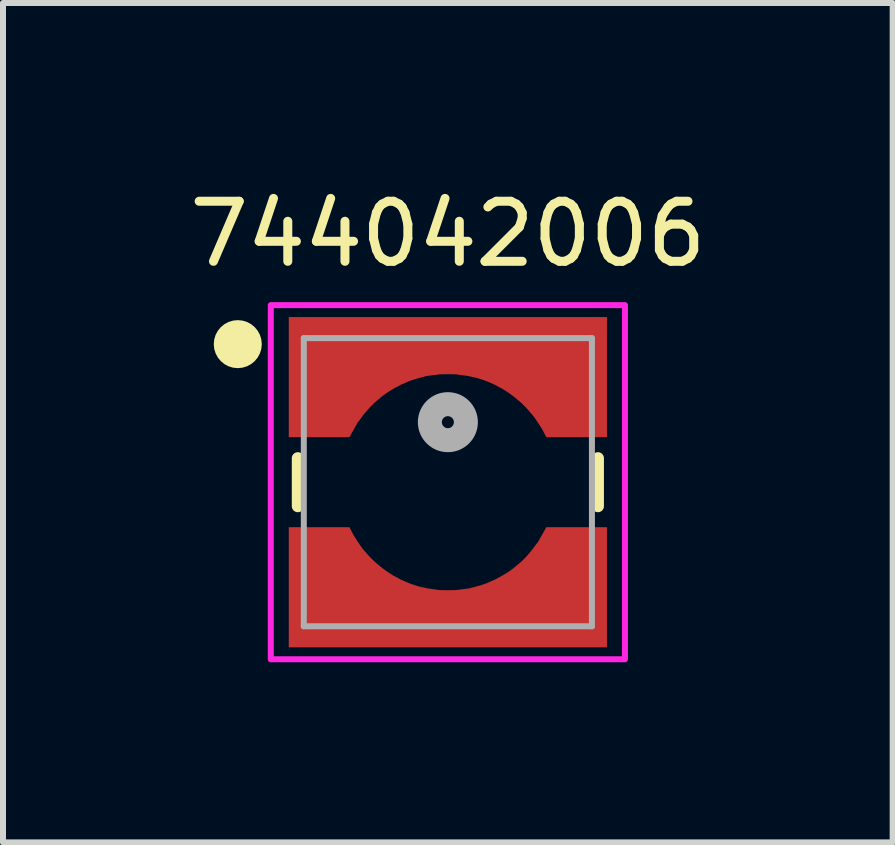
<source format=kicad_pcb>
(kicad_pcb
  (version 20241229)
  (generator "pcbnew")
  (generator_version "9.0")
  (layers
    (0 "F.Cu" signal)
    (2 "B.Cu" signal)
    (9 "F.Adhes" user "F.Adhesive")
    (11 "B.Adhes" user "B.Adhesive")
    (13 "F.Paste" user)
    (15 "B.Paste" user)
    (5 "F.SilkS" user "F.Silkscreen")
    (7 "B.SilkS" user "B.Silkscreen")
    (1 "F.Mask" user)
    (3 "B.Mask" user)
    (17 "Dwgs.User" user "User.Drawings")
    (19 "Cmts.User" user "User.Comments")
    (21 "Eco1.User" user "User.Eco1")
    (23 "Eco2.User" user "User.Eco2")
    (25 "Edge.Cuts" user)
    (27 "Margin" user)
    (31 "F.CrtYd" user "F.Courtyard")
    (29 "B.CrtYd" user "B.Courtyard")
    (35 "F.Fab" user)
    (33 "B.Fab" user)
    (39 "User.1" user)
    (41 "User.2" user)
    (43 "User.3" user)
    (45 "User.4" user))
  (footprint "744042006"
    (layer "F.Cu")
    (at 4.411 4.983)
    (property "Reference" "744042006" (at 0 -4.135 0) (layer "F.SilkS") (effects (font (size 1 1) (thickness 0.15))))
    (attr smd)
    (fp_poly (pts (xy -2.75 2.85) (xy -2.75 0.65) (xy -1.57 0.65) (xy -1.535 0.733) (xy -1.48 0.837) (xy -1.406 0.957) (xy -1.26 1.142) (xy -1.147 1.255) (xy -1.037 1.35) (xy -0.939 1.423) (xy -0.837 1.486) (xy -0.684 1.561) (xy -0.472 1.636) (xy -0.264 1.681) (xy -0.069 1.7) (xy 0.08 1.699) (xy 0.245 1.681) (xy 0.445 1.645) (xy 0.576 1.597) (xy 0.799 1.503) (xy 0.938 1.415) (xy 1.03 1.352) (xy 1.154 1.251) (xy 1.272 1.126) (xy 1.391 0.981) (xy 1.511 0.791) (xy 1.554 0.693) (xy 1.571 0.65) (xy 2.75 0.65) (xy 2.75 2.85)) (stroke (width 0.001) (type solid)) (fill yes) (layer "F.Mask"))
    (fp_poly (pts (xy 2.75 -2.85) (xy 2.75 -0.65) (xy 1.57 -0.65) (xy 1.535 -0.733) (xy 1.48 -0.837) (xy 1.406 -0.957) (xy 1.26 -1.142) (xy 1.147 -1.255) (xy 1.037 -1.35) (xy 0.939 -1.423) (xy 0.837 -1.486) (xy 0.684 -1.561) (xy 0.472 -1.636) (xy 0.264 -1.681) (xy 0.069 -1.7) (xy -0.08 -1.699) (xy -0.245 -1.681) (xy -0.445 -1.645) (xy -0.576 -1.597) (xy -0.799 -1.503) (xy -0.938 -1.415) (xy -1.03 -1.352) (xy -1.154 -1.251) (xy -1.272 -1.126) (xy -1.391 -0.981) (xy -1.511 -0.791) (xy -1.554 -0.693) (xy -1.571 -0.65) (xy -2.75 -0.65) (xy -2.75 -2.85)) (stroke (width 0.001) (type solid)) (fill yes) (layer "F.Mask"))
    (fp_line (start -2.5 -0.4) (end -2.5 0.4) (stroke (width 0.2) (type solid)) (layer "F.SilkS"))
    (fp_line (start 2.5 -0.4) (end 2.5 0.4) (stroke (width 0.2) (type solid)) (layer "F.SilkS"))
    (fp_circle (center -3.5 -2.3) (end -3.3 -2.3) (stroke (width 0.4) (type solid)) (fill no) (layer "F.SilkS"))
    (fp_poly (pts (xy -2.65 -0.75) (xy -1.64 -0.75) (xy -1.503 -0.995) (xy -1.463 -1.045) (xy -1.413 -1.115) (xy -1.363 -1.175) (xy -1.293 -1.255) (xy -1.233 -1.315) (xy -1.163 -1.375) (xy -1.103 -1.425) (xy -1.023 -1.485) (xy -0.942 -1.536) (xy -0.872 -1.576) (xy -0.79 -1.62) (xy -0.643 -1.685) (xy -0.536 -1.721) (xy -0.426 -1.751) (xy -0.423 -1.752) (xy -0.419 -1.753) (xy -0.415 -1.754) (xy -0.412 -1.755) (xy -0.408 -1.756) (xy -0.404 -1.757) (xy -0.4 -1.758) (xy -0.397 -1.759) (xy -0.393 -1.76) (xy -0.389 -1.761) (xy -0.385 -1.762) (xy -0.382 -1.763) (xy -0.378 -1.764) (xy -0.374 -1.765) (xy -0.37 -1.765) (xy -0.366 -1.766) (xy -0.362 -1.767) (xy -0.359 -1.768) (xy -0.355 -1.768) (xy -0.351 -1.769) (xy -0.347 -1.77) (xy -0.343 -1.771) (xy -0.34 -1.771) (xy -0.336 -1.772) (xy -0.332 -1.772) (xy -0.328 -1.773) (xy -0.324 -1.774) (xy -0.32 -1.774) (xy -0.316 -1.775) (xy -0.313 -1.775) (xy -0.218 -1.787) (xy -0.127 -1.798) (xy 0.045 -1.8) (xy 0.141 -1.797) (xy 0.336 -1.77) (xy 0.481 -1.738) (xy 0.613 -1.696) (xy 0.691 -1.664) (xy 0.786 -1.622) (xy 0.858 -1.582) (xy 0.898 -1.562) (xy 0.972 -1.516) (xy 1.033 -1.475) (xy 1.117 -1.412) (xy 1.223 -1.322) (xy 1.31 -1.235) (xy 1.416 -1.113) (xy 1.466 -1.045) (xy 1.524 -0.957) (xy 1.574 -0.877) (xy 1.64 -0.75) (xy 2.65 -0.75) (xy 2.65 -2.75) (xy -2.65 -2.75) (xy -2.65 -0.75)) (stroke (width 0.001) (type solid)) (fill yes) (layer "F.Paste"))
    (fp_poly (pts (xy 2.65 0.75) (xy 1.64 0.75) (xy 1.503 0.995) (xy 1.463 1.045) (xy 1.413 1.115) (xy 1.363 1.175) (xy 1.293 1.255) (xy 1.233 1.315) (xy 1.163 1.375) (xy 1.103 1.425) (xy 1.023 1.485) (xy 0.942 1.536) (xy 0.872 1.576) (xy 0.79 1.62) (xy 0.643 1.685) (xy 0.536 1.721) (xy 0.426 1.751) (xy 0.423 1.752) (xy 0.419 1.753) (xy 0.415 1.754) (xy 0.412 1.755) (xy 0.408 1.756) (xy 0.404 1.757) (xy 0.4 1.758) (xy 0.397 1.759) (xy 0.393 1.76) (xy 0.389 1.761) (xy 0.385 1.762) (xy 0.382 1.763) (xy 0.378 1.764) (xy 0.374 1.765) (xy 0.37 1.765) (xy 0.366 1.766) (xy 0.362 1.767) (xy 0.359 1.768) (xy 0.355 1.768) (xy 0.351 1.769) (xy 0.347 1.77) (xy 0.343 1.771) (xy 0.34 1.771) (xy 0.336 1.772) (xy 0.332 1.772) (xy 0.328 1.773) (xy 0.324 1.774) (xy 0.32 1.774) (xy 0.316 1.775) (xy 0.313 1.775) (xy 0.218 1.787) (xy 0.127 1.798) (xy -0.045 1.8) (xy -0.141 1.797) (xy -0.336 1.77) (xy -0.481 1.738) (xy -0.613 1.696) (xy -0.691 1.664) (xy -0.786 1.622) (xy -0.858 1.582) (xy -0.898 1.562) (xy -0.972 1.516) (xy -1.033 1.475) (xy -1.117 1.412) (xy -1.223 1.322) (xy -1.31 1.235) (xy -1.416 1.113) (xy -1.466 1.045) (xy -1.524 0.957) (xy -1.574 0.877) (xy -1.64 0.75) (xy -2.65 0.75) (xy -2.65 2.75) (xy 2.65 2.75) (xy 2.65 0.75)) (stroke (width 0.001) (type solid)) (fill yes) (layer "F.Paste"))
    (fp_poly (pts (xy 2.95 -2.95) (xy 2.95 2.95) (xy -2.95 2.95) (xy -2.95 -2.95)) (stroke (width 0.1) (type solid)) (fill no) (layer "F.CrtYd"))
    (fp_line (start -2.4 -2.4) (end 2.4 -2.4) (stroke (width 0.1) (type solid)) (layer "F.Fab"))
    (fp_line (start -2.4 2.4) (end -2.4 -2.4) (stroke (width 0.1) (type solid)) (layer "F.Fab"))
    (fp_line (start -2.4 2.4) (end 2.4 2.4) (stroke (width 0.1) (type solid)) (layer "F.Fab"))
    (fp_line (start 2.4 2.4) (end 2.4 -2.4) (stroke (width 0.1) (type solid)) (layer "F.Fab"))
    (fp_circle (center 0 -1) (end 0.1 -1) (stroke (width 0.4) (type solid)) (fill no) (layer "F.Fab"))
    (pad "1" smd custom (at 0 -2.3) (size 5.3 0.8) (layers "F.Cu") (options (anchor rect)) (primitives (gr_poly (pts (xy -2.65 1.55) (xy -1.64 1.55) (xy -1.503 1.305) (xy -1.463 1.255) (xy -1.413 1.185) (xy -1.363 1.125) (xy -1.293 1.045) (xy -1.233 0.985) (xy -1.163 0.925) (xy -1.103 0.875) (xy -1.023 0.815) (xy -0.942 0.764) (xy -0.872 0.724) (xy -0.79 0.68) (xy -0.643 0.615) (xy -0.536 0.579) (xy -0.426 0.549) (xy -0.423 0.548) (xy -0.419 0.547) (xy -0.415 0.546) (xy -0.412 0.545) (xy -0.408 0.544) (xy -0.404 0.543) (xy -0.4 0.542) (xy -0.397 0.541) (xy -0.393 0.54) (xy -0.389 0.539) (xy -0.385 0.538) (xy -0.382 0.537) (xy -0.378 0.536) (xy -0.374 0.535) (xy -0.37 0.535) (xy -0.366 0.534) (xy -0.362 0.533) (xy -0.359 0.532) (xy -0.355 0.532) (xy -0.351 0.531) (xy -0.347 0.53) (xy -0.343 0.529) (xy -0.34 0.529) (xy -0.336 0.528) (xy -0.332 0.528) (xy -0.328 0.527) (xy -0.324 0.526) (xy -0.32 0.526) (xy -0.316 0.525) (xy -0.313 0.525) (xy -0.218 0.513) (xy -0.127 0.502) (xy 0.045 0.5) (xy 0.141 0.503) (xy 0.336 0.53) (xy 0.481 0.562) (xy 0.613 0.604) (xy 0.691 0.636) (xy 0.786 0.678) (xy 0.858 0.718) (xy 0.898 0.738) (xy 0.972 0.784) (xy 1.033 0.825) (xy 1.117 0.888) (xy 1.223 0.978) (xy 1.31 1.065) (xy 1.416 1.187) (xy 1.466 1.255) (xy 1.524 1.343) (xy 1.574 1.423) (xy 1.64 1.55) (xy 2.65 1.55) (xy 2.65 -0.45) (xy -2.65 -0.45) (xy -2.65 1.55)) (width 0.001) (fill yes))))
    (pad "2" smd custom (at 0 2.3) (size 5.3 0.8) (layers "F.Cu") (options (anchor rect)) (primitives (gr_poly (pts (xy 2.65 -1.55) (xy 1.64 -1.55) (xy 1.503 -1.305) (xy 1.463 -1.255) (xy 1.413 -1.185) (xy 1.363 -1.125) (xy 1.293 -1.045) (xy 1.233 -0.985) (xy 1.163 -0.925) (xy 1.103 -0.875) (xy 1.023 -0.815) (xy 0.942 -0.764) (xy 0.872 -0.724) (xy 0.79 -0.68) (xy 0.643 -0.615) (xy 0.536 -0.579) (xy 0.426 -0.549) (xy 0.423 -0.548) (xy 0.419 -0.547) (xy 0.415 -0.546) (xy 0.412 -0.545) (xy 0.408 -0.544) (xy 0.404 -0.543) (xy 0.4 -0.542) (xy 0.397 -0.541) (xy 0.393 -0.54) (xy 0.389 -0.539) (xy 0.385 -0.538) (xy 0.382 -0.537) (xy 0.378 -0.536) (xy 0.374 -0.535) (xy 0.37 -0.535) (xy 0.366 -0.534) (xy 0.362 -0.533) (xy 0.359 -0.532) (xy 0.355 -0.532) (xy 0.351 -0.531) (xy 0.347 -0.53) (xy 0.343 -0.529) (xy 0.34 -0.529) (xy 0.336 -0.528) (xy 0.332 -0.528) (xy 0.328 -0.527) (xy 0.324 -0.526) (xy 0.32 -0.526) (xy 0.316 -0.525) (xy 0.313 -0.525) (xy 0.218 -0.513) (xy 0.127 -0.502) (xy -0.045 -0.5) (xy -0.141 -0.503) (xy -0.336 -0.53) (xy -0.481 -0.562) (xy -0.613 -0.604) (xy -0.691 -0.636) (xy -0.786 -0.678) (xy -0.858 -0.718) (xy -0.898 -0.738) (xy -0.972 -0.784) (xy -1.033 -0.825) (xy -1.117 -0.888) (xy -1.223 -0.978) (xy -1.31 -1.065) (xy -1.416 -1.187) (xy -1.466 -1.255) (xy -1.524 -1.343) (xy -1.574 -1.423) (xy -1.64 -1.55) (xy -2.65 -1.55) (xy -2.65 0.45) (xy 2.65 0.45) (xy 2.65 -1.55)) (width 0.001) (fill yes)))))
  (gr_rect
    (start -3 -3)
    (end 11.821 10.983)
    (stroke (width 0.1) (type default))
    (fill no)
    (layer "Edge.Cuts")))
</source>
